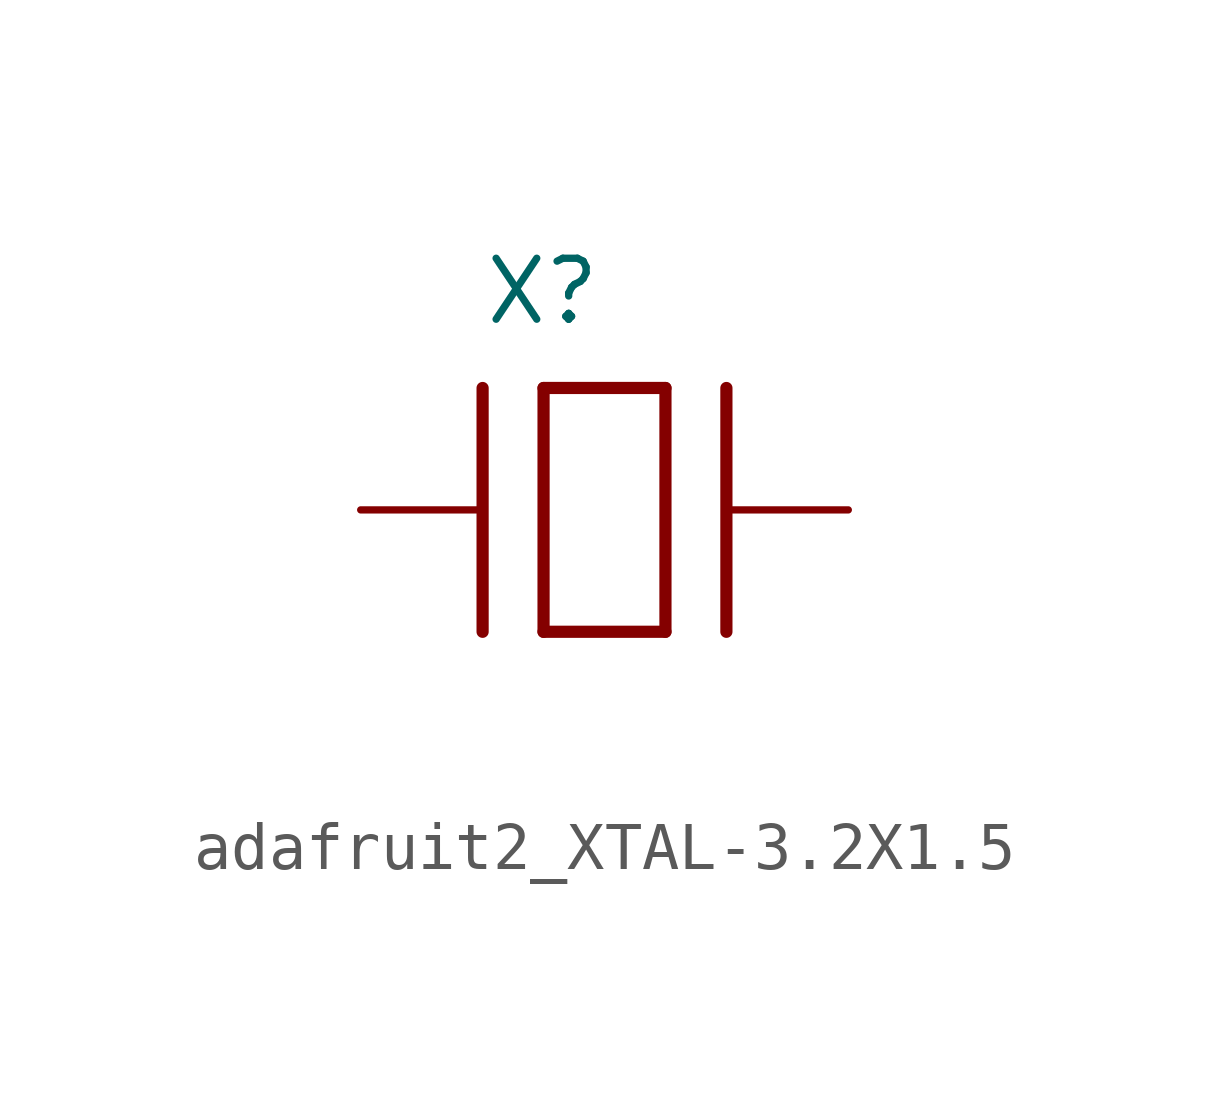
<source format=kicad_sym>
(kicad_symbol_lib
  (version 20241209)
  (generator "kicad_symbol_editor")
  (generator_version "9.0")
  (symbol "adafruit2_XTAL-3.2X1.5"
    (property "Reference" "X"
      (at -2.54 3.81 0)
      (effects (font (size 1.27 1.27)) (justify left bottom)))
    (property "Value" ""
      (at -3.81 -5.08 0)
      (effects (font (size 1.27 1.27)) (justify left bottom)))
    (property "ki_locked" ""
      (at 0 0 0)
      (effects (font (size 1.27 1.27))))
    (symbol "adafruit2_XTAL-3.2X1.5_1_0"
      (polyline (pts (xy -2.54 2.54) (xy -2.54 -2.54)) (stroke (width 0.254) (type solid)) (fill (type none)))
      (polyline (pts (xy -1.27 2.54) (xy -1.27 -2.54)) (stroke (width 0.254) (type solid)) (fill (type none)))
      (polyline (pts (xy -1.27 -2.54) (xy 1.27 -2.54)) (stroke (width 0.254) (type solid)) (fill (type none)))
      (polyline (pts (xy 1.27 2.54) (xy -1.27 2.54)) (stroke (width 0.254) (type solid)) (fill (type none)))
      (polyline (pts (xy 1.27 -2.54) (xy 1.27 2.54)) (stroke (width 0.254) (type solid)) (fill (type none)))
      (polyline (pts (xy 2.54 2.54) (xy 2.54 -2.54)) (stroke (width 0.254) (type solid)) (fill (type none)))
      (pin bidirectional line (at -5.08 0 0) (length 2.54) (name "P$1" (effects (font (size 0 0)))) (number "P$1" (effects (font (size 0 0)))))
      (pin bidirectional line (at 5.08 0 180) (length 2.54) (name "P$2" (effects (font (size 0 0)))) (number "P$2" (effects (font (size 0 0))))))))
</source>
